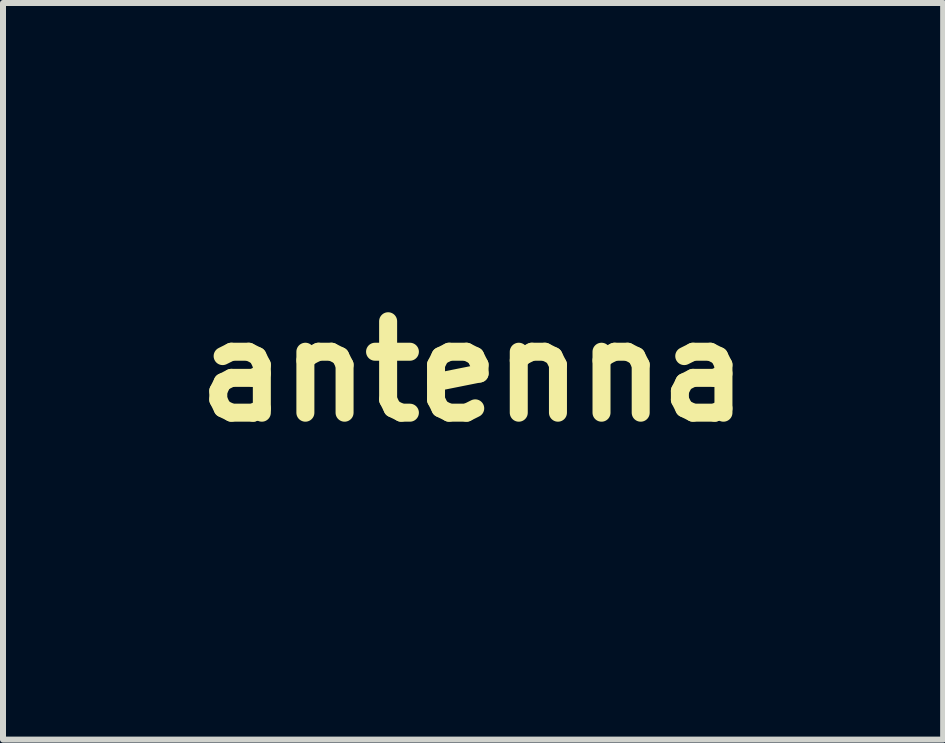
<source format=kicad_pcb>
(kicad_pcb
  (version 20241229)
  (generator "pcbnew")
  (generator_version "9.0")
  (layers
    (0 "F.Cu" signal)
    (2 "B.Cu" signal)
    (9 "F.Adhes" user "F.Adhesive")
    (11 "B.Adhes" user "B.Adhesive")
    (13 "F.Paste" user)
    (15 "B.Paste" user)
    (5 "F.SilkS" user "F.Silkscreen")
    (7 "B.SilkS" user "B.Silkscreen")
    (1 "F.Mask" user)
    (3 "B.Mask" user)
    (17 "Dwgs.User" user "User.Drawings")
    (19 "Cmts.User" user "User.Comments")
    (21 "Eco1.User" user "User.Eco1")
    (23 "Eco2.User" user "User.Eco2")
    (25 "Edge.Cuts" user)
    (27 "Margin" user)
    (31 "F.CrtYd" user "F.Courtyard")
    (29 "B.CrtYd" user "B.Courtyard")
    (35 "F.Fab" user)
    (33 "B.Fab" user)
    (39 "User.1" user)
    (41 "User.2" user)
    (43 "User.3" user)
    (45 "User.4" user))
  (footprint "antenna"
    (layer "F.Cu")
    (at 4.833 3.138)
    (property "Reference" "antenna" (at 0 0 0) (layer "F.SilkS") (effects (font (size 1.524 1.524) (thickness 0.3))))
    (attr through_hole)
    (fp_poly (pts (xy 4.657 -1.524) (xy -4.233 -1.524) (xy -4.233 -0.762) (xy 4.657 -0.762) (xy 4.657 0.847) (xy -4.233 0.847) (xy -4.233 1.715) (xy -3.006 1.678) (xy -1.778 1.641) (xy -1.778 2.387) (xy -1.781 2.744) (xy -1.795 2.965) (xy -1.827 3.081) (xy -1.884 3.126) (xy -1.947 3.133) (xy -2.039 3.116) (xy -2.09 3.039) (xy -2.112 2.866) (xy -2.117 2.582) (xy -2.117 2.032) (xy -4.657 2.032) (xy -4.657 0.423) (xy 4.233 0.423) (xy 4.233 -0.339) (xy -4.657 -0.339) (xy -4.657 -1.947) (xy 4.233 -1.947) (xy 4.233 -2.709) (xy -1.947 -2.709) (xy -1.947 -3.133) (xy 4.657 -3.133) (xy 4.657 -1.524)) (stroke (width 0.01) (type solid)) (fill yes) (layer "F.Mask")))
  (gr_rect
    (start -3 -3)
    (end 12.667 9.275)
    (stroke (width 0.1) (type default))
    (fill no)
    (layer "Edge.Cuts")))
</source>
